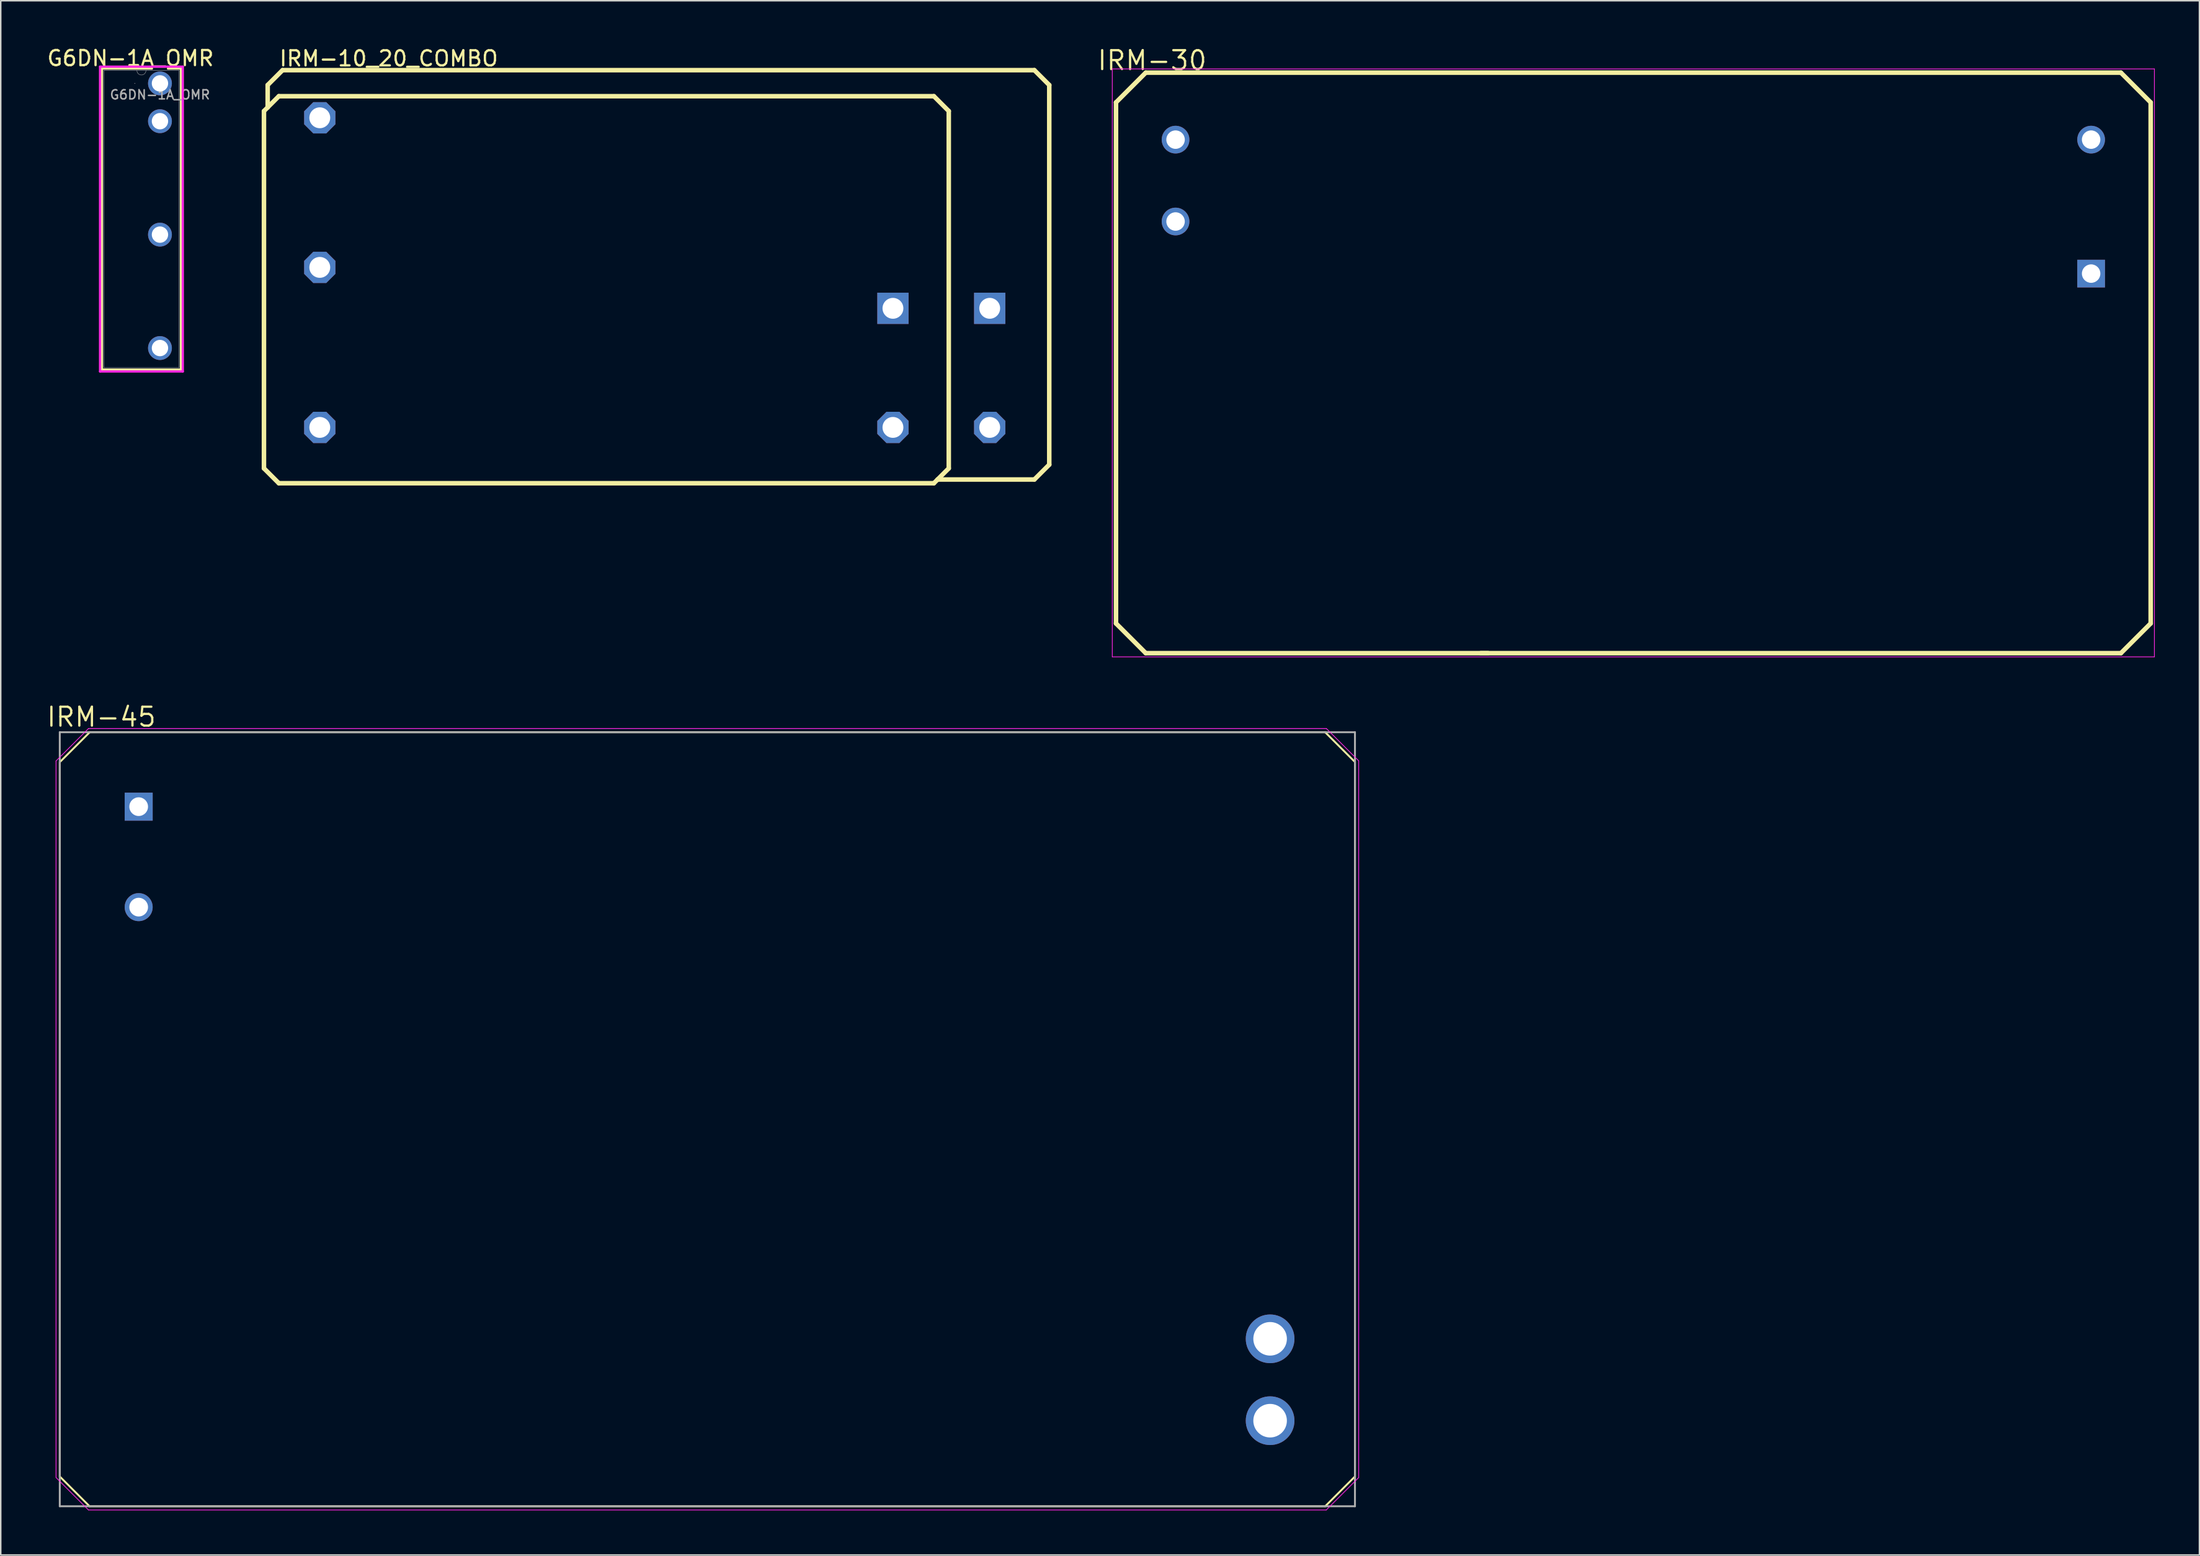
<source format=kicad_pcb>
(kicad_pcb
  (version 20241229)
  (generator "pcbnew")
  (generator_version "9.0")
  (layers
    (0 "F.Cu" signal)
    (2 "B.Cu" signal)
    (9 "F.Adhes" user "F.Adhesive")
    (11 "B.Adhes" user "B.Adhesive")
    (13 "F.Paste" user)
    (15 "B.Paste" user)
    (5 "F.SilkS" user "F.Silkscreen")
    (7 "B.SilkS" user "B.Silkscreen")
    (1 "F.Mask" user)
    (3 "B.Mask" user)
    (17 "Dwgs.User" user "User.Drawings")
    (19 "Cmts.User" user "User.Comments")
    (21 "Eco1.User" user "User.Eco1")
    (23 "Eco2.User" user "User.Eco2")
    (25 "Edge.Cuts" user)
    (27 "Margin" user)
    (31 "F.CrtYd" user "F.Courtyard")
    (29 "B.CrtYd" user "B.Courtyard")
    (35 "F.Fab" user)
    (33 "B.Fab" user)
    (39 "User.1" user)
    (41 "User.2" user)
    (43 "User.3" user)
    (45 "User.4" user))
  (footprint "IRM-45"
    (layer "F.Cu")
    (at 44.465 72.141)
    (property "Reference" "IRM-45" (at -40.705 -27.025 0) (layer "F.SilkS") (effects (font (size 1.27 1.27) (thickness 0.152))))
    (attr through_hole)
    (fp_line (start -43.5 24) (end -43.5 -23.99) (stroke (width 0.127) (type solid)) (layer "F.SilkS"))
    (fp_line (start -41.5 26) (end -43.5 24) (stroke (width 0.127) (type solid)) (layer "F.SilkS"))
    (fp_line (start -41.49 -26) (end 41.5 -26) (stroke (width 0.127) (type solid)) (layer "F.SilkS"))
    (fp_line (start -41.49 -26) (end -43.49 -24) (stroke (width 0.127) (type solid)) (layer "F.SilkS"))
    (fp_line (start 41.5 26) (end -41.5 26) (stroke (width 0.127) (type solid)) (layer "F.SilkS"))
    (fp_line (start 43.5 -24) (end 41.499 -26.001) (stroke (width 0.127) (type solid)) (layer "F.SilkS"))
    (fp_line (start 43.5 -24) (end 43.5 24) (stroke (width 0.127) (type solid)) (layer "F.SilkS"))
    (fp_line (start 43.5 24) (end 41.5 26) (stroke (width 0.127) (type solid)) (layer "F.SilkS"))
    (fp_line (start -43.75 24.07) (end -43.75 -24.07) (stroke (width 0.05) (type solid)) (layer "F.CrtYd"))
    (fp_line (start -41.575 26.245) (end -43.745 24.075) (stroke (width 0.05) (type default)) (layer "F.CrtYd"))
    (fp_line (start -41.57 -26.25) (end -43.75 -24.07) (stroke (width 0.05) (type default)) (layer "F.CrtYd"))
    (fp_line (start -41.57 -26.25) (end 41.58 -26.25) (stroke (width 0.05) (type solid)) (layer "F.CrtYd"))
    (fp_line (start 41.57 26.25) (end -41.57 26.25) (stroke (width 0.05) (type solid)) (layer "F.CrtYd"))
    (fp_line (start 43.75 -24.08) (end 41.58 -26.25) (stroke (width 0.05) (type default)) (layer "F.CrtYd"))
    (fp_line (start 43.75 -24.08) (end 43.75 24.07) (stroke (width 0.05) (type solid)) (layer "F.CrtYd"))
    (fp_line (start 43.75 24.07) (end 41.571 26.249) (stroke (width 0.05) (type default)) (layer "F.CrtYd"))
    (fp_line (start -43.5 -26) (end 43.5 -26) (stroke (width 0.127) (type solid)) (layer "F.Fab"))
    (fp_line (start -43.5 26) (end -43.5 -26) (stroke (width 0.127) (type solid)) (layer "F.Fab"))
    (fp_line (start 43.5 -26) (end 43.5 26) (stroke (width 0.127) (type solid)) (layer "F.Fab"))
    (fp_line (start 43.5 26) (end -43.5 26) (stroke (width 0.127) (type solid)) (layer "F.Fab"))
    (pad "ACL" thru_hole rect (at -38.2 -21) (size 1.881 1.881) (drill 1.254) (layers "*.Cu" "*.Mask"))
    (pad "ACN" thru_hole circle (at -38.2 -14.25) (size 1.881 1.881) (drill 1.254) (layers "*.Cu" "*.Mask"))
    (pad "V+" thru_hole circle (at 37.8 20.25) (size 3.27 3.27) (drill 2.254) (layers "*.Cu" "*.Mask"))
    (pad "V-" thru_hole circle (at 37.8 14.75) (size 3.27 3.27) (drill 2.254) (layers "*.Cu" "*.Mask")))
  (footprint "IRM-10_20_COMBO"
    (layer "F.Cu")
    (at 14.68 29.413)
    (property "Reference" "IRM-10_20_COMBO" (at 0.953 -27.94 0) (layer "F.SilkS") (effects (font (size 1.016 1.016) (thickness 0.152)) (justify left bottom)))
    (attr through_hole)
    (fp_line (start 0 -25) (end 0 -1) (stroke (width 0.305) (type solid)) (layer "F.SilkS"))
    (fp_line (start 0 -1) (end 1 0) (stroke (width 0.305) (type solid)) (layer "F.SilkS"))
    (fp_line (start 0.25 -26.75) (end 0.25 -25.25) (stroke (width 0.305) (type solid)) (layer "F.SilkS"))
    (fp_line (start 0.25 -25.25) (end 0 -25) (stroke (width 0.305) (type solid)) (layer "F.SilkS"))
    (fp_line (start 1 -26) (end 0.25 -25.25) (stroke (width 0.305) (type solid)) (layer "F.SilkS"))
    (fp_line (start 1 0) (end 45 0) (stroke (width 0.305) (type solid)) (layer "F.SilkS"))
    (fp_line (start 1.25 -27.75) (end 0.25 -26.75) (stroke (width 0.305) (type solid)) (layer "F.SilkS"))
    (fp_line (start 45 -26) (end 1 -26) (stroke (width 0.305) (type solid)) (layer "F.SilkS"))
    (fp_line (start 45 0) (end 45.25 -0.25) (stroke (width 0.305) (type solid)) (layer "F.SilkS"))
    (fp_line (start 45.25 -0.25) (end 46 -1) (stroke (width 0.305) (type solid)) (layer "F.SilkS"))
    (fp_line (start 45.25 -0.25) (end 51.75 -0.25) (stroke (width 0.305) (type solid)) (layer "F.SilkS"))
    (fp_line (start 46 -25) (end 45 -26) (stroke (width 0.305) (type solid)) (layer "F.SilkS"))
    (fp_line (start 46 -1) (end 46 -25) (stroke (width 0.305) (type solid)) (layer "F.SilkS"))
    (fp_line (start 51.75 -27.75) (end 1.25 -27.75) (stroke (width 0.305) (type solid)) (layer "F.SilkS"))
    (fp_line (start 51.75 -0.25) (end 52.75 -1.25) (stroke (width 0.305) (type solid)) (layer "F.SilkS"))
    (fp_line (start 52.75 -26.75) (end 51.75 -27.75) (stroke (width 0.305) (type solid)) (layer "F.SilkS"))
    (fp_line (start 52.75 -1.25) (end 52.75 -26.75) (stroke (width 0.305) (type solid)) (layer "F.SilkS"))
    (pad "ACL" thru_hole roundrect (at 3.75 -3.75 180) (size 2.1 2.1) (drill 1.4) (layers "*.Cu" "*.Mask") (roundrect_rratio 0.25) (chamfer_ratio 0.293) (chamfer top_left top_right bottom_left bottom_right))
    (pad "ACN" thru_hole roundrect (at 3.75 -24.55 180) (size 2.1 2.1) (drill 1.4) (layers "*.Cu" "*.Mask") (roundrect_rratio 0.25) (chamfer_ratio 0.293) (chamfer top_left top_right bottom_left bottom_right))
    (pad "ACN" thru_hole roundrect (at 3.75 -14.5) (size 2.1 2.1) (drill 1.4) (layers "*.Cu" "*.Mask") (roundrect_rratio 0.25) (chamfer_ratio 0.293) (chamfer top_left top_right bottom_left bottom_right))
    (pad "V+" thru_hole rect (at 42.25 -11.75) (size 2.1 2.1) (drill 1.4) (layers "*.Cu" "*.Mask"))
    (pad "V+" thru_hole rect (at 48.75 -11.75 180) (size 2.1 2.1) (drill 1.4) (layers "*.Cu" "*.Mask"))
    (pad "V-" thru_hole roundrect (at 42.25 -3.75) (size 2.1 2.1) (drill 1.4) (layers "*.Cu" "*.Mask") (roundrect_rratio 0.25) (chamfer_ratio 0.293) (chamfer top_left top_right bottom_left bottom_right))
    (pad "V-" thru_hole roundrect (at 48.75 -3.75 180) (size 2.1 2.1) (drill 1.4) (layers "*.Cu" "*.Mask") (roundrect_rratio 0.25) (chamfer_ratio 0.293) (chamfer top_left top_right bottom_left bottom_right)))
  (footprint "IRM-30"
    (layer "F.Cu")
    (at 106.664 21.33)
    (property "Reference" "IRM-30" (at -32.322 -20.32 0) (layer "F.SilkS") (effects (font (size 1.27 1.27) (thickness 0.152))))
    (attr through_hole)
    (fp_line (start -34.75 -17.5) (end -34.75 17.5) (stroke (width 0.305) (type solid)) (layer "F.SilkS"))
    (fp_line (start -32.75 -19.5) (end -34.75 -17.5) (stroke (width 0.305) (type solid)) (layer "F.SilkS"))
    (fp_line (start -32.75 19.5) (end -34.75 17.5) (stroke (width 0.305) (type solid)) (layer "F.SilkS"))
    (fp_line (start -32.75 19.5) (end -9.75 19.5) (stroke (width 0.305) (type solid)) (layer "F.SilkS"))
    (fp_line (start -10.25 19.5) (end 32.75 19.5) (stroke (width 0.305) (type solid)) (layer "F.SilkS"))
    (fp_line (start 32.75 -19.5) (end -32.75 -19.5) (stroke (width 0.305) (type solid)) (layer "F.SilkS"))
    (fp_line (start 34.75 -17.5) (end 32.75 -19.5) (stroke (width 0.305) (type solid)) (layer "F.SilkS"))
    (fp_line (start 34.75 17.5) (end 32.75 19.5) (stroke (width 0.305) (type solid)) (layer "F.SilkS"))
    (fp_line (start 34.75 17.5) (end 34.75 -17.5) (stroke (width 0.305) (type solid)) (layer "F.SilkS"))
    (fp_line (start -35 -19.75) (end 35 -19.75) (stroke (width 0.05) (type solid)) (layer "F.CrtYd"))
    (fp_line (start -35 19.75) (end -35 -19.75) (stroke (width 0.05) (type solid)) (layer "F.CrtYd"))
    (fp_line (start 35 -19.75) (end 35 19.75) (stroke (width 0.05) (type solid)) (layer "F.CrtYd"))
    (fp_line (start 35 19.75) (end -35 19.75) (stroke (width 0.05) (type solid)) (layer "F.CrtYd"))
    (pad "ACL" thru_hole circle (at -30.75 -15) (size 1.86 1.86) (drill 1.24) (layers "*.Cu" "*.Mask"))
    (pad "ACN" thru_hole circle (at -30.75 -9.5) (size 1.86 1.86) (drill 1.24) (layers "*.Cu" "*.Mask"))
    (pad "V+" thru_hole rect (at 30.75 -6) (size 1.86 1.86) (drill 1.24) (layers "*.Cu" "*.Mask"))
    (pad "V-" thru_hole circle (at 30.75 -15) (size 1.86 1.86) (drill 1.24) (layers "*.Cu" "*.Mask")))
  (footprint "G6DN-1A_OMR"
    (layer "F.Cu")
    (at 7.695 2.552)
    (property "Reference" "G6DN-1A_OMR" (at -1.98 -1.69 0) (unlocked yes) (layer "F.SilkS") (effects (font (size 1.016 1.016) (thickness 0.152))))
    (attr through_hole)
    (fp_line (start -3.897 -0.997) (end -3.897 19.227) (stroke (width 0.152) (type solid)) (layer "F.SilkS"))
    (fp_line (start -3.897 19.227) (end 1.407 19.227) (stroke (width 0.152) (type solid)) (layer "F.SilkS"))
    (fp_line (start -0.538 -0.997) (end -3.897 -0.997) (stroke (width 0.152) (type solid)) (layer "F.SilkS"))
    (fp_line (start 1.407 -0.997) (end 0.538 -0.997) (stroke (width 0.152) (type solid)) (layer "F.SilkS"))
    (fp_line (start 1.407 19.227) (end 1.407 -0.997) (stroke (width 0.152) (type solid)) (layer "F.SilkS"))
    (fp_line (start -4.024 -1.124) (end 1.534 -1.124) (stroke (width 0.152) (type solid)) (layer "F.CrtYd"))
    (fp_line (start -4.024 19.354) (end -4.024 -1.124) (stroke (width 0.152) (type solid)) (layer "F.CrtYd"))
    (fp_line (start 1.534 -1.124) (end 1.534 19.354) (stroke (width 0.152) (type solid)) (layer "F.CrtYd"))
    (fp_line (start 1.534 19.354) (end -4.024 19.354) (stroke (width 0.152) (type solid)) (layer "F.CrtYd"))
    (fp_line (start -3.77 -0.87) (end -3.77 19.1) (stroke (width 0.025) (type solid)) (layer "F.Fab"))
    (fp_line (start -3.77 19.1) (end 1.28 19.1) (stroke (width 0.025) (type solid)) (layer "F.Fab"))
    (fp_line (start 1.28 -0.87) (end -3.77 -0.87) (stroke (width 0.025) (type solid)) (layer "F.Fab"))
    (fp_line (start 1.28 19.1) (end 1.28 -0.87) (stroke (width 0.025) (type solid)) (layer "F.Fab"))
    (fp_arc (start -0.940199 -0.870001) (mid -1.244999 -0.565201) (end -1.549799 -0.870001) (stroke (width 0.0254) (type solid)) (layer "F.Fab"))
    (fp_circle (center -1.69 0) (end -1.69 0) (stroke (width 0.025) (type solid)) (fill no) (layer "F.Fab"))
    (fp_text user "${REFERENCE}" (at 0 0.762 0) (unlocked yes) (layer "F.Fab") (effects (font (size 0.61 0.61) (thickness 0.102) (bold yes))))
    (pad "1" thru_hole circle (at 0 0) (size 1.6 1.6) (drill 1.1) (layers "*.Cu" "*.Mask"))
    (pad "2" thru_hole circle (at 0 2.54) (size 1.6 1.6) (drill 1.1) (layers "*.Cu" "*.Mask"))
    (pad "5" thru_hole circle (at 0 10.16) (size 1.6 1.6) (drill 1.1) (layers "*.Cu" "*.Mask"))
    (pad "8" thru_hole circle (at 0 17.78) (size 1.6 1.6) (drill 1.1) (layers "*.Cu" "*.Mask")))
  (gr_rect
    (start -3 -3)
    (end 144.689 101.416)
    (stroke (width 0.1) (type default))
    (fill no)
    (layer "Edge.Cuts")))
</source>
